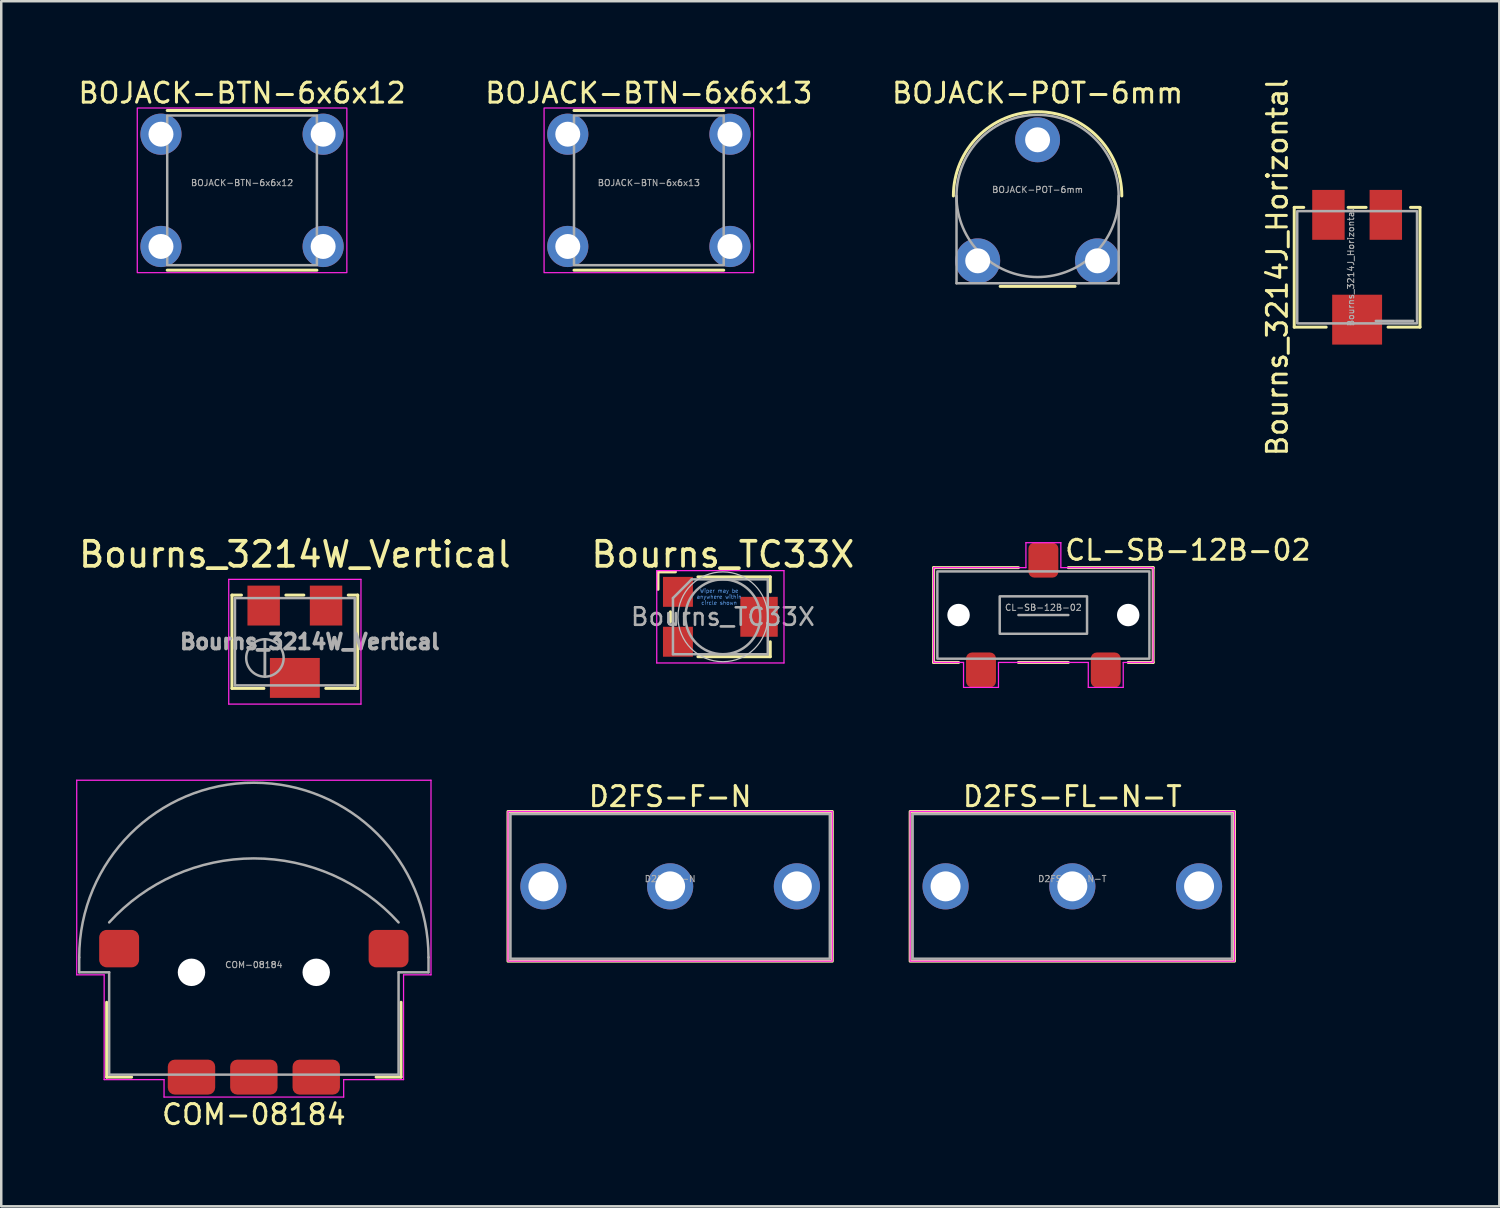
<source format=kicad_pcb>
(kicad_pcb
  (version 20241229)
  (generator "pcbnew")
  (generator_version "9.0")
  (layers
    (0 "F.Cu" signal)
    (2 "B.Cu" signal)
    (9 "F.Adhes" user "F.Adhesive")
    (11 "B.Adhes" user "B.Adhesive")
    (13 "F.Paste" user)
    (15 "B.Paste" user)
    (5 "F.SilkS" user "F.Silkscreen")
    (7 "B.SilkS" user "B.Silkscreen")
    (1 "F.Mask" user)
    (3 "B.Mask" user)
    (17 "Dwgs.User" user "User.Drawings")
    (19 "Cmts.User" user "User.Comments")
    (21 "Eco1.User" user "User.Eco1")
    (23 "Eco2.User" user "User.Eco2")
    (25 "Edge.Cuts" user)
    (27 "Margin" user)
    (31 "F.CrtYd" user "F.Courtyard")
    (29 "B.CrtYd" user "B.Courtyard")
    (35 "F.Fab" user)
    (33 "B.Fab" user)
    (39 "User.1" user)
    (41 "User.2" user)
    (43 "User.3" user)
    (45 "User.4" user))
  (footprint "Bourns_3214W_Vertical"
    (layer "F.Cu")
    (at 8.768 22.672)
    (property "Reference" "Bourns_3214W_Vertical" (at 0 -3.5 0) (layer "F.SilkS") (effects (font (size 1 1) (thickness 0.15))))
    (attr smd)
    (fp_line (start -2.52 -1.87) (end -2.52 1.87) (stroke (width 0.12) (type solid)) (layer "F.SilkS"))
    (fp_line (start -2.52 -1.87) (end -2.14 -1.87) (stroke (width 0.12) (type solid)) (layer "F.SilkS"))
    (fp_line (start -2.52 1.87) (end -1.24 1.87) (stroke (width 0.12) (type solid)) (layer "F.SilkS"))
    (fp_line (start -0.36 -1.87) (end 0.36 -1.87) (stroke (width 0.12) (type solid)) (layer "F.SilkS"))
    (fp_line (start 1.24 1.87) (end 2.52 1.87) (stroke (width 0.12) (type solid)) (layer "F.SilkS"))
    (fp_line (start 2.14 -1.87) (end 2.52 -1.87) (stroke (width 0.12) (type solid)) (layer "F.SilkS"))
    (fp_line (start 2.52 -1.87) (end 2.52 1.87) (stroke (width 0.12) (type solid)) (layer "F.SilkS"))
    (fp_line (start -2.65 -2.5) (end -2.65 2.5) (stroke (width 0.05) (type solid)) (layer "F.CrtYd"))
    (fp_line (start -2.65 2.5) (end 2.65 2.5) (stroke (width 0.05) (type solid)) (layer "F.CrtYd"))
    (fp_line (start 2.65 -2.5) (end -2.65 -2.5) (stroke (width 0.05) (type solid)) (layer "F.CrtYd"))
    (fp_line (start 2.65 2.5) (end 2.65 -2.5) (stroke (width 0.05) (type solid)) (layer "F.CrtYd"))
    (fp_line (start -2.4 -1.75) (end -2.4 1.75) (stroke (width 0.1) (type solid)) (layer "F.Fab"))
    (fp_line (start -2.4 1.75) (end 2.4 1.75) (stroke (width 0.1) (type solid)) (layer "F.Fab"))
    (fp_line (start -1.2 1.393) (end -1.199 -0.092) (stroke (width 0.1) (type solid)) (layer "F.Fab"))
    (fp_line (start -1.2 1.393) (end -1.199 -0.092) (stroke (width 0.1) (type solid)) (layer "F.Fab"))
    (fp_line (start 2.4 -1.75) (end -2.4 -1.75) (stroke (width 0.1) (type solid)) (layer "F.Fab"))
    (fp_line (start 2.4 1.75) (end 2.4 -1.75) (stroke (width 0.1) (type solid)) (layer "F.Fab"))
    (fp_circle (center -1.2 0.65) (end -0.45 0.65) (stroke (width 0.1) (type solid)) (fill no) (layer "F.Fab"))
    (fp_text user "${REFERENCE}" (at 0.6 0 0) (layer "F.Fab") (effects (font (size 0.6 0.6) (thickness 0.15))))
    (pad "1" smd rect (at 1.25 -1.45) (size 1.3 1.6) (layers "F.Cu" "F.Mask" "F.Paste"))
    (pad "2" smd rect (at 0 1.45) (size 2 1.6) (layers "F.Cu" "F.Mask" "F.Paste"))
    (pad "3" smd rect (at -1.25 -1.45) (size 1.3 1.6) (layers "F.Cu" "F.Mask" "F.Paste")))
  (footprint "BOJACK-BTN-6x6x13"
    (layer "F.Cu")
    (at 22.957 4.579)
    (property "Reference" "BOJACK-BTN-6x6x13" (at 0 -3.9 0) (unlocked yes) (layer "F.SilkS") (effects (font (size 0.8 0.8) (thickness 0.12))))
    (attr through_hole)
    (fp_line (start -3 -3.2) (end 3 -3.2) (stroke (width 0.12) (type default)) (layer "F.SilkS"))
    (fp_line (start -3 3.2) (end 3 3.2) (stroke (width 0.12) (type default)) (layer "F.SilkS"))
    (fp_rect (start -4.2 -3.3) (end 4.2 3.3) (stroke (width 0.05) (type default)) (fill no) (layer "F.CrtYd"))
    (fp_rect (start -3 -3) (end 3 3) (stroke (width 0.1) (type default)) (fill no) (layer "F.Fab"))
    (fp_text user "${REFERENCE}" (at 0 -0.3 0) (unlocked yes) (layer "F.Fab") (effects (font (size 0.25 0.25) (thickness 0.04))))
    (pad "1" thru_hole circle (at -3.25 -2.25) (size 1.65 1.65) (drill 1) (layers "*.Cu" "*.Mask"))
    (pad "1" thru_hole circle (at 3.25 -2.25) (size 1.65 1.65) (drill 1) (layers "*.Cu" "*.Mask"))
    (pad "2" thru_hole circle (at -3.25 2.25) (size 1.65 1.65) (drill 1) (layers "*.Cu" "*.Mask"))
    (pad "2" thru_hole circle (at 3.25 2.25) (size 1.65 1.65) (drill 1) (layers "*.Cu" "*.Mask")))
  (footprint "D2FS-F-N"
    (layer "F.Cu")
    (at 23.81 32.476)
    (property "Reference" "D2FS-F-N" (at 0 -3.6 0) (unlocked yes) (layer "F.SilkS") (effects (font (size 0.8 0.8) (thickness 0.12))))
    (attr through_hole)
    (fp_rect (start -6.5 -3) (end 6.5 3) (stroke (width 0.12) (type default)) (fill no) (layer "F.SilkS"))
    (fp_rect (start -6.5 -3) (end 6.5 3) (stroke (width 0.05) (type default)) (fill no) (layer "F.CrtYd"))
    (fp_rect (start -6.4 -2.9) (end 6.4 2.9) (stroke (width 0.1) (type default)) (fill no) (layer "F.Fab"))
    (fp_text user "${REFERENCE}" (at 0 -0.3 0) (unlocked yes) (layer "F.Fab") (effects (font (size 0.25 0.25) (thickness 0.04))))
    (pad "1" thru_hole circle (at -5.08 0) (size 1.85 1.85) (drill 1.2) (layers "*.Cu" "*.Mask"))
    (pad "2" thru_hole circle (at 0 0) (size 1.85 1.85) (drill 1.2) (layers "*.Cu" "*.Mask"))
    (pad "3" thru_hole circle (at 5.08 0) (size 1.85 1.85) (drill 1.2) (layers "*.Cu" "*.Mask")))
  (footprint "BOJACK-POT-6mm"
    (layer "F.Cu")
    (at 38.538 4.804)
    (property "Reference" "BOJACK-POT-6mm" (at 0 -4.125 0) (unlocked yes) (layer "F.SilkS") (effects (font (size 0.8 0.8) (thickness 0.12))))
    (attr through_hole)
    (fp_line (start -1.5 3.625) (end 1.5 3.625) (stroke (width 0.12) (type default)) (layer "F.SilkS"))
    (fp_arc (start -3.375 0) (mid 0 -3.375) (end 3.375 0) (stroke (width 0.12) (type default)) (layer "F.SilkS"))
    (fp_line (start -3.25 0) (end -3.25 3.5) (stroke (width 0.1) (type default)) (layer "F.Fab"))
    (fp_line (start -3.25 3.5) (end 3.25 3.5) (stroke (width 0.1) (type default)) (layer "F.Fab"))
    (fp_line (start 3.25 3.5) (end 3.25 0) (stroke (width 0.1) (type default)) (layer "F.Fab"))
    (fp_circle (center 0 0) (end 3.25 0) (stroke (width 0.1) (type default)) (fill no) (layer "F.Fab"))
    (fp_text user "${REFERENCE}" (at 0 -0.25 0) (unlocked yes) (layer "F.Fab") (effects (font (size 0.25 0.25) (thickness 0.04))))
    (pad "1" thru_hole circle (at -2.4 2.6) (size 1.8 1.8) (drill 1) (layers "*.Cu" "*.Mask"))
    (pad "2" thru_hole circle (at 0 -2.25) (size 1.8 1.8) (drill 1) (layers "*.Cu" "*.Mask"))
    (pad "3" thru_hole circle (at 2.4 2.6) (size 1.8 1.8) (drill 1) (layers "*.Cu" "*.Mask")))
  (footprint "Bourns_TC33X"
    (layer "F.Cu")
    (at 25.923 21.672)
    (property "Reference" "Bourns_TC33X" (at 0 -2.5 0) (layer "F.SilkS") (effects (font (size 1 1) (thickness 0.15))))
    (attr smd)
    (fp_line (start -2.6 -1.8) (end -2.6 -1.1) (stroke (width 0.12) (type solid)) (layer "F.SilkS"))
    (fp_line (start -2.1 -0.2) (end -2.1 0.2) (stroke (width 0.12) (type solid)) (layer "F.SilkS"))
    (fp_line (start -1.9 -1.8) (end -2.6 -1.8) (stroke (width 0.12) (type solid)) (layer "F.SilkS"))
    (fp_line (start -1 -1.6) (end 1.9 -1.6) (stroke (width 0.12) (type solid)) (layer "F.SilkS"))
    (fp_line (start -1 1.6) (end 1.9 1.6) (stroke (width 0.12) (type solid)) (layer "F.SilkS"))
    (fp_line (start 1.9 -1.6) (end 1.9 -1) (stroke (width 0.12) (type solid)) (layer "F.SilkS"))
    (fp_line (start 1.9 1.6) (end 1.9 1) (stroke (width 0.12) (type solid)) (layer "F.SilkS"))
    (fp_circle (center 0 0) (end 1.8 0) (stroke (width 0.05) (type solid)) (fill no) (layer "Dwgs.User"))
    (fp_line (start -2.65 -1.85) (end 2.45 -1.85) (stroke (width 0.05) (type solid)) (layer "F.CrtYd"))
    (fp_line (start -2.65 1.85) (end -2.65 -1.85) (stroke (width 0.05) (type solid)) (layer "F.CrtYd"))
    (fp_line (start 2.45 -1.85) (end 2.45 1.85) (stroke (width 0.05) (type solid)) (layer "F.CrtYd"))
    (fp_line (start 2.45 1.85) (end -2.65 1.85) (stroke (width 0.05) (type solid)) (layer "F.CrtYd"))
    (fp_line (start -2 -0.75) (end -2 1.5) (stroke (width 0.1) (type solid)) (layer "F.Fab"))
    (fp_line (start -2 1.5) (end 1.8 1.5) (stroke (width 0.1) (type solid)) (layer "F.Fab"))
    (fp_line (start -1.25 -1.5) (end -2 -0.75) (stroke (width 0.1) (type solid)) (layer "F.Fab"))
    (fp_line (start 1.8 -1.5) (end -1.25 -1.5) (stroke (width 0.1) (type solid)) (layer "F.Fab"))
    (fp_line (start 1.8 1.5) (end 1.8 -1.5) (stroke (width 0.1) (type solid)) (layer "F.Fab"))
    (fp_circle (center 0 0) (end 1.5 0) (stroke (width 0.1) (type solid)) (fill no) (layer "F.Fab"))
    (fp_text user "Wiper may be\nanywhere within\ncircle shown" (at -0.15 -0.8 0) (layer "Cmts.User") (effects (font (size 0.15 0.15) (thickness 0.02))))
    (fp_text user "${REFERENCE}" (at 0 0 0) (layer "F.Fab") (effects (font (size 0.7 0.7) (thickness 0.105))))
    (pad "1" smd rect (at -1.8 -1) (size 1.2 1.2) (layers "F.Cu" "F.Mask" "F.Paste"))
    (pad "2" smd rect (at 1.45 0) (size 1.5 1.6) (layers "F.Cu" "F.Mask" "F.Paste"))
    (pad "3" smd rect (at -1.8 1) (size 1.2 1.2) (layers "F.Cu" "F.Mask" "F.Paste")))
  (footprint "D2FS-FL-N-T"
    (layer "F.Cu")
    (at 39.93 32.476)
    (property "Reference" "D2FS-FL-N-T" (at 0 -3.6 0) (unlocked yes) (layer "F.SilkS") (effects (font (size 0.8 0.8) (thickness 0.12))))
    (attr through_hole)
    (fp_rect (start -6.5 -3) (end 6.5 3) (stroke (width 0.12) (type default)) (fill no) (layer "F.SilkS"))
    (fp_rect (start -6.5 -3) (end 6.5 3) (stroke (width 0.05) (type default)) (fill no) (layer "F.CrtYd"))
    (fp_rect (start -6.4 -2.9) (end 6.4 2.9) (stroke (width 0.1) (type default)) (fill no) (layer "F.Fab"))
    (fp_text user "${REFERENCE}" (at 0 -0.3 0) (unlocked yes) (layer "F.Fab") (effects (font (size 0.25 0.25) (thickness 0.04))))
    (pad "1" thru_hole circle (at -5.08 0) (size 1.85 1.85) (drill 1.2) (layers "*.Cu" "*.Mask"))
    (pad "2" thru_hole circle (at 0 0) (size 1.85 1.85) (drill 1.2) (layers "*.Cu" "*.Mask"))
    (pad "3" thru_hole circle (at 5.08 0) (size 1.85 1.85) (drill 1.2) (layers "*.Cu" "*.Mask")))
  (footprint "COM-08184"
    (layer "F.Cu")
    (at 7.125 35.922)
    (property "Reference" "COM-08184" (at 0 5.7 0) (unlocked yes) (layer "F.SilkS") (effects (font (size 0.8 0.8) (thickness 0.12))))
    (attr smd)
    (fp_line (start -5.9 1.2) (end -5.9 4.2) (stroke (width 0.12) (type default)) (layer "F.SilkS"))
    (fp_line (start -5.9 4.2) (end -4.9 4.2) (stroke (width 0.12) (type default)) (layer "F.SilkS"))
    (fp_line (start 5.9 1.2) (end 5.9 4.2) (stroke (width 0.12) (type default)) (layer "F.SilkS"))
    (fp_line (start 5.9 4.2) (end 4.9 4.2) (stroke (width 0.12) (type default)) (layer "F.SilkS"))
    (fp_line (start -7.1 -7.7) (end -7.1 0.1) (stroke (width 0.05) (type default)) (layer "F.CrtYd"))
    (fp_line (start -7.1 0.1) (end -6 0.1) (stroke (width 0.05) (type default)) (layer "F.CrtYd"))
    (fp_line (start -6 0.1) (end -6 4.3) (stroke (width 0.05) (type default)) (layer "F.CrtYd"))
    (fp_line (start -6 4.3) (end -3.6 4.3) (stroke (width 0.05) (type default)) (layer "F.CrtYd"))
    (fp_line (start -3.6 4.3) (end -3.6 5) (stroke (width 0.05) (type default)) (layer "F.CrtYd"))
    (fp_line (start 3.6 4.3) (end 3.6 5) (stroke (width 0.05) (type default)) (layer "F.CrtYd"))
    (fp_line (start 3.6 5) (end -3.6 5) (stroke (width 0.05) (type default)) (layer "F.CrtYd"))
    (fp_line (start 6 0.1) (end 6 4.3) (stroke (width 0.05) (type default)) (layer "F.CrtYd"))
    (fp_line (start 6 4.3) (end 3.6 4.3) (stroke (width 0.05) (type default)) (layer "F.CrtYd"))
    (fp_line (start 7.1 -7.7) (end -7.1 -7.7) (stroke (width 0.05) (type default)) (layer "F.CrtYd"))
    (fp_line (start 7.1 -7.7) (end 7.1 0.1) (stroke (width 0.05) (type default)) (layer "F.CrtYd"))
    (fp_line (start 7.1 0.1) (end 6 0.1) (stroke (width 0.05) (type default)) (layer "F.CrtYd"))
    (fp_line (start -7 -0.6) (end -7 0) (stroke (width 0.1) (type default)) (layer "F.Fab"))
    (fp_line (start -7 0) (end -5.8 0) (stroke (width 0.1) (type default)) (layer "F.Fab"))
    (fp_line (start -5.8 4.1) (end -5.8 0) (stroke (width 0.1) (type default)) (layer "F.Fab"))
    (fp_line (start 5.8 0) (end 5.8 4.1) (stroke (width 0.1) (type default)) (layer "F.Fab"))
    (fp_line (start 5.8 4.1) (end -5.8 4.1) (stroke (width 0.1) (type default)) (layer "F.Fab"))
    (fp_line (start 7 -0.6) (end 7 0) (stroke (width 0.1) (type default)) (layer "F.Fab"))
    (fp_line (start 7 0) (end 5.8 0) (stroke (width 0.1) (type default)) (layer "F.Fab"))
    (fp_arc (start -7 -0.6) (mid 0 -7.6) (end 7 -0.6) (stroke (width 0.1) (type default)) (layer "F.Fab"))
    (fp_arc (start -5.799999 -1.999999) (mid 0 -4.566157) (end 5.8 -1.999999) (stroke (width 0.1) (type default)) (layer "F.Fab"))
    (fp_text user "${REFERENCE}" (at 0 -0.3 0) (unlocked yes) (layer "F.Fab") (effects (font (size 0.25 0.25) (thickness 0.04))))
    (pad "" np_thru_hole circle (at -2.5 0) (size 1.1 1.1) (drill 1.1) (layers "*.Cu" "*.Mask"))
    (pad "" np_thru_hole circle (at 2.5 0) (size 1.1 1.1) (drill 1.1) (layers "*.Cu" "*.Mask"))
    (pad "1" smd roundrect (at -2.5 4.2) (size 1.9 1.4) (layers "F.Cu" "F.Mask" "F.Paste") (roundrect_rratio 0.2))
    (pad "2" smd roundrect (at 0 4.2) (size 1.9 1.4) (layers "F.Cu" "F.Mask" "F.Paste") (roundrect_rratio 0.2))
    (pad "3" smd roundrect (at 2.5 4.2) (size 1.9 1.4) (layers "F.Cu" "F.Mask" "F.Paste") (roundrect_rratio 0.2))
    (pad "SH" smd roundrect (at -5.4 -0.95) (size 1.6 1.5) (layers "F.Cu" "F.Mask" "F.Paste") (roundrect_rratio 0.2))
    (pad "SH" smd roundrect (at 5.4 -0.95) (size 1.6 1.5) (layers "F.Cu" "F.Mask" "F.Paste") (roundrect_rratio 0.2)))
  (footprint "BOJACK-BTN-6x6x12"
    (layer "F.Cu")
    (at 6.652 4.579)
    (property "Reference" "BOJACK-BTN-6x6x12" (at 0 -3.9 0) (unlocked yes) (layer "F.SilkS") (effects (font (size 0.8 0.8) (thickness 0.12))))
    (attr through_hole)
    (fp_line (start -3 -3.2) (end 3 -3.2) (stroke (width 0.12) (type default)) (layer "F.SilkS"))
    (fp_line (start -3 3.2) (end 3 3.2) (stroke (width 0.12) (type default)) (layer "F.SilkS"))
    (fp_rect (start -4.2 -3.3) (end 4.2 3.3) (stroke (width 0.05) (type default)) (fill no) (layer "F.CrtYd"))
    (fp_rect (start -3 -3) (end 3 3) (stroke (width 0.1) (type default)) (fill no) (layer "F.Fab"))
    (fp_text user "${REFERENCE}" (at 0 -0.3 0) (unlocked yes) (layer "F.Fab") (effects (font (size 0.25 0.25) (thickness 0.04))))
    (pad "1" thru_hole circle (at -3.25 -2.25) (size 1.65 1.65) (drill 1) (layers "*.Cu" "*.Mask"))
    (pad "1" thru_hole circle (at 3.25 -2.25) (size 1.65 1.65) (drill 1) (layers "*.Cu" "*.Mask"))
    (pad "2" thru_hole circle (at -3.25 2.25) (size 1.65 1.65) (drill 1) (layers "*.Cu" "*.Mask"))
    (pad "2" thru_hole circle (at 3.25 2.25) (size 1.65 1.65) (drill 1) (layers "*.Cu" "*.Mask")))
  (footprint "Bourns_3214J_Horizontal"
    (layer "F.Cu")
    (at 51.345 7.662)
    (property "Reference" "Bourns_3214J_Horizontal" (at -3.2 0 90) (layer "F.SilkS") (effects (font (size 0.8 0.8) (thickness 0.12))))
    (attr smd)
    (fp_line (start -2.52 -2.4) (end -2.52 2.4) (stroke (width 0.12) (type solid)) (layer "F.SilkS"))
    (fp_line (start -2.52 -2.4) (end -2.14 -2.4) (stroke (width 0.12) (type solid)) (layer "F.SilkS"))
    (fp_line (start -2.52 2.4) (end -1.24 2.4) (stroke (width 0.12) (type solid)) (layer "F.SilkS"))
    (fp_line (start -0.36 -2.4) (end 0.36 -2.4) (stroke (width 0.12) (type solid)) (layer "F.SilkS"))
    (fp_line (start 1.24 2.4) (end 2.52 2.4) (stroke (width 0.12) (type solid)) (layer "F.SilkS"))
    (fp_line (start 2.14 -2.4) (end 2.52 -2.4) (stroke (width 0.12) (type solid)) (layer "F.SilkS"))
    (fp_line (start 2.52 -2.4) (end 2.52 2.4) (stroke (width 0.12) (type solid)) (layer "F.SilkS"))
    (fp_line (start 2.25 2.15) (end 0.75 2.15) (stroke (width 0.1) (type default)) (layer "F.Fab"))
    (fp_rect (start -2.4 -2.25) (end 2.4 2.25) (stroke (width 0.1) (type default)) (fill no) (layer "F.Fab"))
    (fp_rect (start -2.65 -3.175) (end 2.65 3.175) (stroke (width 0.1) (type default)) (fill no) (layer "User.1"))
    (fp_text user "${REFERENCE}" (at -0.25 0 90) (layer "F.Fab") (effects (font (size 0.25 0.25) (thickness 0.04))))
    (pad "1" smd rect (at 1.15 -2.1) (size 1.3 2) (layers "F.Cu" "F.Mask" "F.Paste"))
    (pad "2" smd rect (at 0 2.1) (size 2 2) (layers "F.Cu" "F.Mask" "F.Paste"))
    (pad "3" smd rect (at -1.15 -2.1) (size 1.3 2) (layers "F.Cu" "F.Mask" "F.Paste")))
  (footprint "CL-SB-12B-02"
    (layer "F.Cu")
    (at 38.77 21.602)
    (property "Reference" "CL-SB-12B-02" (at 0.8 -2.6 0) (unlocked yes) (layer "F.SilkS") (effects (font (size 0.8 0.8) (thickness 0.12)) (justify left)))
    (attr smd)
    (fp_line (start -4.4 -1.9) (end -1 -1.9) (stroke (width 0.12) (type default)) (layer "F.SilkS"))
    (fp_line (start -4.4 1.9) (end -4.4 -1.9) (stroke (width 0.12) (type default)) (layer "F.SilkS"))
    (fp_line (start -3.4 1.9) (end -4.4 1.9) (stroke (width 0.12) (type default)) (layer "F.SilkS"))
    (fp_line (start -1 1.9) (end 1 1.9) (stroke (width 0.12) (type default)) (layer "F.SilkS"))
    (fp_line (start 1 -1.9) (end 4.4 -1.9) (stroke (width 0.12) (type default)) (layer "F.SilkS"))
    (fp_line (start 4.4 -1.9) (end 4.4 1.9) (stroke (width 0.12) (type default)) (layer "F.SilkS"))
    (fp_line (start 4.4 1.9) (end 3.4 1.9) (stroke (width 0.12) (type default)) (layer "F.SilkS"))
    (fp_line (start -4.4 -1.9) (end -4.4 1.9) (stroke (width 0.05) (type default)) (layer "F.CrtYd"))
    (fp_line (start -4.4 1.9) (end -3.2 1.9) (stroke (width 0.05) (type default)) (layer "F.CrtYd"))
    (fp_line (start -3.2 1.9) (end -3.2 2.9) (stroke (width 0.05) (type default)) (layer "F.CrtYd"))
    (fp_line (start -3.2 2.9) (end -1.8 2.9) (stroke (width 0.05) (type default)) (layer "F.CrtYd"))
    (fp_line (start -1.8 1.9) (end 1.8 1.9) (stroke (width 0.05) (type default)) (layer "F.CrtYd"))
    (fp_line (start -1.8 2.9) (end -1.8 1.9) (stroke (width 0.05) (type default)) (layer "F.CrtYd"))
    (fp_line (start -0.7 -2.9) (end -0.7 -1.9) (stroke (width 0.05) (type default)) (layer "F.CrtYd"))
    (fp_line (start -0.7 -1.9) (end -4.4 -1.9) (stroke (width 0.05) (type default)) (layer "F.CrtYd"))
    (fp_line (start 0.7 -2.9) (end -0.7 -2.9) (stroke (width 0.05) (type default)) (layer "F.CrtYd"))
    (fp_line (start 0.7 -1.9) (end 0.7 -2.9) (stroke (width 0.05) (type default)) (layer "F.CrtYd"))
    (fp_line (start 1.8 1.9) (end 1.8 2.9) (stroke (width 0.05) (type default)) (layer "F.CrtYd"))
    (fp_line (start 1.8 2.9) (end 3.2 2.9) (stroke (width 0.05) (type default)) (layer "F.CrtYd"))
    (fp_line (start 3.2 1.9) (end 4.4 1.9) (stroke (width 0.05) (type default)) (layer "F.CrtYd"))
    (fp_line (start 3.2 2.9) (end 3.2 1.9) (stroke (width 0.05) (type default)) (layer "F.CrtYd"))
    (fp_line (start 4.4 -1.9) (end 0.7 -1.9) (stroke (width 0.05) (type default)) (layer "F.CrtYd"))
    (fp_line (start 4.4 1.9) (end 4.4 -1.9) (stroke (width 0.05) (type default)) (layer "F.CrtYd"))
    (fp_line (start -1 0) (end 1 0) (stroke (width 0.1) (type default)) (layer "F.Fab"))
    (fp_rect (start -4.25 -1.75) (end 4.25 1.75) (stroke (width 0.1) (type default)) (fill no) (layer "F.Fab"))
    (fp_rect (start -1.75 -0.75) (end 1.75 0.75) (stroke (width 0.1) (type default)) (fill no) (layer "F.Fab"))
    (fp_text user "${REFERENCE}" (at 0 -0.3 0) (unlocked yes) (layer "F.Fab") (effects (font (size 0.25 0.25) (thickness 0.04))))
    (pad "" np_thru_hole circle (at -3.4 0) (size 0.9 0.9) (drill 0.9) (layers "*.Cu" "*.Mask"))
    (pad "" np_thru_hole circle (at 3.4 0) (size 0.9 0.9) (drill 0.9) (layers "*.Cu" "*.Mask"))
    (pad "1" smd roundrect (at -2.5 2.2) (size 1.2 1.4) (layers "F.Cu" "F.Mask" "F.Paste") (roundrect_rratio 0.2))
    (pad "2" smd roundrect (at 0 -2.2) (size 1.2 1.4) (layers "F.Cu" "F.Mask" "F.Paste") (roundrect_rratio 0.2))
    (pad "3" smd roundrect (at 2.5 2.2) (size 1.2 1.4) (layers "F.Cu" "F.Mask" "F.Paste") (roundrect_rratio 0.2)))
  (gr_rect
    (start -3 -3)
    (end 57.045 45.301)
    (stroke (width 0.1) (type default))
    (fill no)
    (layer "Edge.Cuts")))
</source>
